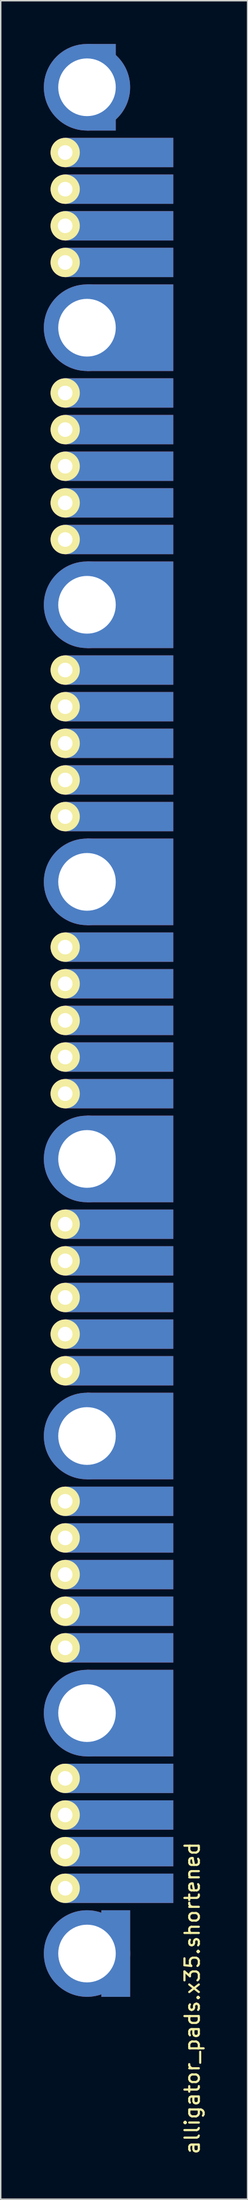
<source format=kicad_pcb>
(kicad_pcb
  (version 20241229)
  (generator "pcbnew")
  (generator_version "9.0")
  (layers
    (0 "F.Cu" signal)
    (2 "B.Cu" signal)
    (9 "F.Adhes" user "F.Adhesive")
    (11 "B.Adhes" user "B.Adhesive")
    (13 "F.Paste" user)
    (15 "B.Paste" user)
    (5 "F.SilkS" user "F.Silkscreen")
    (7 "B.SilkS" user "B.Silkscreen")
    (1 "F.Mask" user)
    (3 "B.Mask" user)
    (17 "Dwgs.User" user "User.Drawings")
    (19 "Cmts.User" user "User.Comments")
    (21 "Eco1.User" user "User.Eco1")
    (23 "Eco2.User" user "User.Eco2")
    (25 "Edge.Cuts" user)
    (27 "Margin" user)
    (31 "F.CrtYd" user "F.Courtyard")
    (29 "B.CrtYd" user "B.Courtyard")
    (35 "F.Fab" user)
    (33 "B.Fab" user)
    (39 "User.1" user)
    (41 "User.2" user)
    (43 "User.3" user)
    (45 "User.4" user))
  (footprint "alligator_pads.x35.shortened"
    (layer "F.Cu")
    (at 4.5 67.668)
    (property "Reference" "alligator_pads.x35.shortened" (at 5.822 67.804 90) (layer "F.SilkS") (effects (font (size 1 1) (thickness 0.15))))
    (attr through_hole)
    (pad "1" thru_hole circle (at -3.016 -60.144) (size 2.032 2.032) (drill 1.016) (layers "*.Cu" "*.Mask" "F.SilkS"))
    (pad "1" thru_hole circle (at -1.5 -64.668) (size 6 6) (drill 4) (layers "*.Cu" "*.Mask"))
    (pad "1" smd rect (at -0.5 -64.668) (size 2 6) (layers "F.Cu" "F.Mask" "F.Paste"))
    (pad "1" smd rect (at -0.5 -64.668) (size 2 6) (layers "F.Mask" "B.Cu" "F.Paste"))
    (pad "1" smd rect (at 0.742 -60.144) (size 7.516 2.032) (layers "F.Cu" "F.Mask" "F.Paste"))
    (pad "1" smd rect (at 0.742 -60.144) (size 7.516 2.032) (layers "F.Mask" "B.Cu" "F.Paste"))
    (pad "2" thru_hole circle (at -3.016 -57.604) (size 2.032 2.032) (drill 1.016) (layers "*.Cu" "*.Mask" "F.SilkS"))
    (pad "2" smd rect (at 0.742 -57.604) (size 7.516 2.032) (layers "F.Cu" "F.Mask" "F.Paste"))
    (pad "2" smd rect (at 0.742 -57.604) (size 7.516 2.032) (layers "F.Mask" "B.Cu" "F.Paste"))
    (pad "3" thru_hole circle (at -3.016 -55.064) (size 2.032 2.032) (drill 1.016) (layers "*.Cu" "*.Mask" "F.SilkS"))
    (pad "3" smd rect (at 0.742 -55.064) (size 7.516 2.032) (layers "F.Cu" "F.Mask" "F.Paste"))
    (pad "3" smd rect (at 0.742 -55.064) (size 7.516 2.032) (layers "F.Mask" "B.Cu" "F.Paste"))
    (pad "4" thru_hole circle (at -3.016 -52.524) (size 2.032 2.032) (drill 1.016) (layers "*.Cu" "*.Mask" "F.SilkS"))
    (pad "4" thru_hole circle (at -3.016 -43.476) (size 2.032 2.032) (drill 1.016) (layers "*.Cu" "*.Mask" "F.SilkS"))
    (pad "4" thru_hole circle (at -1.5 -48) (size 6 6) (drill 4) (layers "*.Cu" "*.Mask"))
    (pad "4" smd rect (at 0.742 -52.524) (size 7.516 2.032) (layers "F.Cu" "F.Mask" "F.Paste"))
    (pad "4" smd rect (at 0.742 -52.524) (size 7.516 2.032) (layers "F.Mask" "B.Cu" "F.Paste"))
    (pad "4" smd rect (at 0.742 -43.476) (size 7.516 2.032) (layers "F.Cu" "F.Mask" "F.Paste"))
    (pad "4" smd rect (at 0.742 -43.476) (size 7.516 2.032) (layers "F.Mask" "B.Cu" "F.Paste"))
    (pad "4" smd rect (at 1.5 -48) (size 6 6) (layers "F.Cu" "F.Mask" "F.Paste"))
    (pad "4" smd rect (at 1.5 -48) (size 6 6) (layers "F.Mask" "B.Cu" "F.Paste"))
    (pad "5" thru_hole circle (at -3.016 -40.936) (size 2.032 2.032) (drill 1.016) (layers "*.Cu" "*.Mask" "F.SilkS"))
    (pad "5" smd rect (at 0.742 -40.936) (size 7.516 2.032) (layers "F.Cu" "F.Mask" "F.Paste"))
    (pad "5" smd rect (at 0.742 -40.936) (size 7.516 2.032) (layers "F.Mask" "B.Cu" "F.Paste"))
    (pad "6" thru_hole circle (at -3.016 -38.396) (size 2.032 2.032) (drill 1.016) (layers "*.Cu" "*.Mask" "F.SilkS"))
    (pad "6" smd rect (at 0.742 -38.396) (size 7.516 2.032) (layers "F.Cu" "F.Mask" "F.Paste"))
    (pad "6" smd rect (at 0.742 -38.396) (size 7.516 2.032) (layers "F.Mask" "B.Cu" "F.Paste"))
    (pad "7" thru_hole circle (at -3.016 -35.856) (size 2.032 2.032) (drill 1.016) (layers "*.Cu" "*.Mask" "F.SilkS"))
    (pad "7" smd rect (at 0.742 -35.856) (size 7.516 2.032) (layers "F.Cu" "F.Mask" "F.Paste"))
    (pad "7" smd rect (at 0.742 -35.856) (size 7.516 2.032) (layers "F.Mask" "B.Cu" "F.Paste"))
    (pad "8" thru_hole circle (at -3.016 -33.316) (size 2.032 2.032) (drill 1.016) (layers "*.Cu" "*.Mask" "F.SilkS"))
    (pad "8" thru_hole circle (at -3.016 -24.268) (size 2.032 2.032) (drill 1.016) (layers "*.Cu" "*.Mask" "F.SilkS"))
    (pad "8" thru_hole circle (at -1.5 -28.792) (size 6 6) (drill 4) (layers "*.Cu" "*.Mask"))
    (pad "8" smd rect (at 0.742 -33.316) (size 7.516 2.032) (layers "F.Cu" "F.Mask" "F.Paste"))
    (pad "8" smd rect (at 0.742 -33.316) (size 7.516 2.032) (layers "F.Mask" "B.Cu" "F.Paste"))
    (pad "8" smd rect (at 0.742 -24.268) (size 7.516 2.032) (layers "F.Cu" "F.Mask" "F.Paste"))
    (pad "8" smd rect (at 0.742 -24.268) (size 7.516 2.032) (layers "F.Mask" "B.Cu" "F.Paste"))
    (pad "8" smd rect (at 1.5 -28.792) (size 6 6) (layers "F.Cu" "F.Mask" "F.Paste"))
    (pad "8" smd rect (at 1.5 -28.792) (size 6 6) (layers "F.Mask" "B.Cu" "F.Paste"))
    (pad "9" thru_hole circle (at -3.016 -21.728) (size 2.032 2.032) (drill 1.016) (layers "*.Cu" "*.Mask" "F.SilkS"))
    (pad "9" smd rect (at 0.742 -21.728) (size 7.516 2.032) (layers "F.Cu" "F.Mask" "F.Paste"))
    (pad "9" smd rect (at 0.742 -21.728) (size 7.516 2.032) (layers "F.Mask" "B.Cu" "F.Paste"))
    (pad "10" thru_hole circle (at -3.016 -19.188) (size 2.032 2.032) (drill 1.016) (layers "*.Cu" "*.Mask" "F.SilkS"))
    (pad "10" smd rect (at 0.742 -19.188) (size 7.516 2.032) (layers "F.Cu" "F.Mask" "F.Paste"))
    (pad "10" smd rect (at 0.742 -19.188) (size 7.516 2.032) (layers "F.Mask" "B.Cu" "F.Paste"))
    (pad "11" thru_hole circle (at -3.016 -16.648) (size 2.032 2.032) (drill 1.016) (layers "*.Cu" "*.Mask" "F.SilkS"))
    (pad "11" smd rect (at 0.742 -16.648) (size 7.516 2.032) (layers "F.Cu" "F.Mask" "F.Paste"))
    (pad "11" smd rect (at 0.742 -16.648) (size 7.516 2.032) (layers "F.Mask" "B.Cu" "F.Paste"))
    (pad "12" thru_hole circle (at -3.016 -14.108) (size 2.032 2.032) (drill 1.016) (layers "*.Cu" "*.Mask" "F.SilkS"))
    (pad "12" smd rect (at 0.742 -14.108) (size 7.516 2.032) (layers "F.Cu" "F.Mask" "F.Paste"))
    (pad "12" smd rect (at 0.742 -14.108) (size 7.516 2.032) (layers "F.Mask" "B.Cu" "F.Paste"))
    (pad "13" thru_hole circle (at -1.5 -9.584) (size 6 6) (drill 4) (layers "*.Cu" "*.Mask"))
    (pad "13" smd rect (at 1.5 -9.584) (size 6 6) (layers "F.Cu" "F.Mask" "F.Paste"))
    (pad "13" smd rect (at 1.5 -9.584) (size 6 6) (layers "F.Mask" "B.Cu" "F.Paste"))
    (pad "14" thru_hole circle (at -3.016 -5.06) (size 2.032 2.032) (drill 1.016) (layers "*.Cu" "*.Mask" "F.SilkS"))
    (pad "14" smd rect (at 0.742 -5.06) (size 7.516 2.032) (layers "F.Cu" "F.Mask" "F.Paste"))
    (pad "14" smd rect (at 0.742 -5.06) (size 7.516 2.032) (layers "F.Mask" "B.Cu" "F.Paste"))
    (pad "15" thru_hole circle (at -3.016 -2.52) (size 2.032 2.032) (drill 1.016) (layers "*.Cu" "*.Mask" "F.SilkS"))
    (pad "15" smd rect (at 0.742 -2.52) (size 7.516 2.032) (layers "F.Cu" "F.Mask" "F.Paste"))
    (pad "15" smd rect (at 0.742 -2.52) (size 7.516 2.032) (layers "F.Mask" "B.Cu" "F.Paste"))
    (pad "16" thru_hole circle (at -3.016 0.02) (size 2.032 2.032) (drill 1.016) (layers "*.Cu" "*.Mask" "F.SilkS"))
    (pad "16" smd rect (at 0.742 0.02) (size 7.516 2.032) (layers "F.Cu" "F.Mask" "F.Paste"))
    (pad "16" smd rect (at 0.742 0.02) (size 7.516 2.032) (layers "F.Mask" "B.Cu" "F.Paste"))
    (pad "17" thru_hole circle (at -3.016 2.56) (size 2.032 2.032) (drill 1.016) (layers "*.Cu" "*.Mask" "F.SilkS"))
    (pad "17" smd rect (at 0.742 2.56) (size 7.516 2.032) (layers "F.Cu" "F.Mask" "F.Paste"))
    (pad "17" smd rect (at 0.742 2.56) (size 7.516 2.032) (layers "F.Mask" "B.Cu" "F.Paste"))
    (pad "18" thru_hole circle (at -3.016 5.1) (size 2.032 2.032) (drill 1.016) (layers "*.Cu" "*.Mask" "F.SilkS"))
    (pad "18" smd rect (at 0.742 5.1) (size 7.516 2.032) (layers "F.Cu" "F.Mask" "F.Paste"))
    (pad "18" smd rect (at 0.742 5.1) (size 7.516 2.032) (layers "F.Mask" "B.Cu" "F.Paste"))
    (pad "19" thru_hole circle (at -1.5 9.624) (size 6 6) (drill 4) (layers "*.Cu" "*.Mask"))
    (pad "19" smd rect (at 1.5 9.624) (size 6 6) (layers "F.Cu" "F.Mask" "F.Paste"))
    (pad "19" smd rect (at 1.5 9.624) (size 6 6) (layers "F.Mask" "B.Cu" "F.Paste"))
    (pad "20" thru_hole circle (at -3.016 14.148) (size 2.032 2.032) (drill 1.016) (layers "*.Cu" "*.Mask" "F.SilkS"))
    (pad "20" smd rect (at 0.742 14.148) (size 7.516 2.032) (layers "F.Cu" "F.Mask" "F.Paste"))
    (pad "20" smd rect (at 0.742 14.148) (size 7.516 2.032) (layers "F.Mask" "B.Cu" "F.Paste"))
    (pad "21" thru_hole circle (at -3.016 16.688) (size 2.032 2.032) (drill 1.016) (layers "*.Cu" "*.Mask" "F.SilkS"))
    (pad "21" smd rect (at 0.742 16.688) (size 7.516 2.032) (layers "F.Cu" "F.Mask" "F.Paste"))
    (pad "21" smd rect (at 0.742 16.688) (size 7.516 2.032) (layers "F.Mask" "B.Cu" "F.Paste"))
    (pad "22" thru_hole circle (at -3.016 19.228) (size 2.032 2.032) (drill 1.016) (layers "*.Cu" "*.Mask" "F.SilkS"))
    (pad "22" smd rect (at 0.742 19.228) (size 7.516 2.032) (layers "F.Cu" "F.Mask" "F.Paste"))
    (pad "22" smd rect (at 0.742 19.228) (size 7.516 2.032) (layers "F.Mask" "B.Cu" "F.Paste"))
    (pad "23" thru_hole circle (at -3.016 21.768) (size 2.032 2.032) (drill 1.016) (layers "*.Cu" "*.Mask" "F.SilkS"))
    (pad "23" smd rect (at 0.742 21.768) (size 7.516 2.032) (layers "F.Cu" "F.Mask" "F.Paste"))
    (pad "23" smd rect (at 0.742 21.768) (size 7.516 2.032) (layers "F.Mask" "B.Cu" "F.Paste"))
    (pad "24" thru_hole circle (at -3.016 24.308) (size 2.032 2.032) (drill 1.016) (layers "*.Cu" "*.Mask" "F.SilkS"))
    (pad "24" smd rect (at 0.742 24.308) (size 7.516 2.032) (layers "F.Cu" "F.Mask" "F.Paste"))
    (pad "24" smd rect (at 0.742 24.308) (size 7.516 2.032) (layers "F.Mask" "B.Cu" "F.Paste"))
    (pad "25" thru_hole circle (at -1.5 28.832) (size 6 6) (drill 4) (layers "*.Cu" "*.Mask"))
    (pad "25" smd rect (at 1.5 28.832) (size 6 6) (layers "F.Cu" "F.Mask" "F.Paste"))
    (pad "25" smd rect (at 1.5 28.832) (size 6 6) (layers "F.Mask" "B.Cu" "F.Paste"))
    (pad "26" thru_hole circle (at -3.016 33.356) (size 2.032 2.032) (drill 1.016) (layers "*.Cu" "*.Mask" "F.SilkS"))
    (pad "26" smd rect (at 0.742 33.356) (size 7.516 2.032) (layers "F.Cu" "F.Mask" "F.Paste"))
    (pad "26" smd rect (at 0.742 33.356) (size 7.516 2.032) (layers "F.Mask" "B.Cu" "F.Paste"))
    (pad "27" thru_hole circle (at -3.016 35.896) (size 2.032 2.032) (drill 1.016) (layers "*.Cu" "*.Mask" "F.SilkS"))
    (pad "27" smd rect (at 0.742 35.896) (size 7.516 2.032) (layers "F.Cu" "F.Mask" "F.Paste"))
    (pad "27" smd rect (at 0.742 35.896) (size 7.516 2.032) (layers "F.Mask" "B.Cu" "F.Paste"))
    (pad "28" thru_hole circle (at -3.016 38.436) (size 2.032 2.032) (drill 1.016) (layers "*.Cu" "*.Mask" "F.SilkS"))
    (pad "28" smd rect (at 0.742 38.436) (size 7.516 2.032) (layers "F.Cu" "F.Mask" "F.Paste"))
    (pad "28" smd rect (at 0.742 38.436) (size 7.516 2.032) (layers "F.Mask" "B.Cu" "F.Paste"))
    (pad "29" thru_hole circle (at -3.016 40.976) (size 2.032 2.032) (drill 1.016) (layers "*.Cu" "*.Mask" "F.SilkS"))
    (pad "29" smd rect (at 0.742 40.976) (size 7.516 2.032) (layers "F.Cu" "F.Mask" "F.Paste"))
    (pad "29" smd rect (at 0.742 40.976) (size 7.516 2.032) (layers "F.Mask" "B.Cu" "F.Paste"))
    (pad "30" thru_hole circle (at -3.016 43.516) (size 2.032 2.032) (drill 1.016) (layers "*.Cu" "*.Mask" "F.SilkS"))
    (pad "30" smd rect (at 0.742 43.516) (size 7.516 2.032) (layers "F.Cu" "F.Mask" "F.Paste"))
    (pad "30" smd rect (at 0.742 43.516) (size 7.516 2.032) (layers "F.Mask" "B.Cu" "F.Paste"))
    (pad "31" thru_hole circle (at -1.5 48.04) (size 6 6) (drill 4) (layers "*.Cu" "*.Mask"))
    (pad "31" smd rect (at 1.5 48.04) (size 6 6) (layers "F.Cu" "F.Mask" "F.Paste"))
    (pad "31" smd rect (at 1.5 48.04) (size 6 6) (layers "F.Mask" "B.Cu" "F.Paste"))
    (pad "32" thru_hole circle (at -3.016 52.564) (size 2.032 2.032) (drill 1.016) (layers "*.Cu" "*.Mask" "F.SilkS"))
    (pad "32" smd rect (at 0.742 52.564) (size 7.516 2.032) (layers "F.Cu" "F.Mask" "F.Paste"))
    (pad "32" smd rect (at 0.742 52.564) (size 7.516 2.032) (layers "F.Mask" "B.Cu" "F.Paste"))
    (pad "33" thru_hole circle (at -3.016 55.104) (size 2.032 2.032) (drill 1.016) (layers "*.Cu" "*.Mask" "F.SilkS"))
    (pad "33" smd rect (at 0.742 55.104) (size 7.516 2.032) (layers "F.Cu" "F.Mask" "F.Paste"))
    (pad "33" smd rect (at 0.742 55.104) (size 7.516 2.032) (layers "F.Mask" "B.Cu" "F.Paste"))
    (pad "34" thru_hole circle (at -3.016 57.644) (size 2.032 2.032) (drill 1.016) (layers "*.Cu" "*.Mask" "F.SilkS"))
    (pad "34" smd rect (at 0.742 57.644) (size 7.516 2.032) (layers "F.Cu" "F.Mask" "F.Paste"))
    (pad "34" smd rect (at 0.742 57.644) (size 7.516 2.032) (layers "F.Mask" "B.Cu" "F.Paste"))
    (pad "35" thru_hole circle (at -3.016 60.184) (size 2.032 2.032) (drill 1.016) (layers "*.Cu" "*.Mask" "F.SilkS"))
    (pad "35" thru_hole circle (at -1.5 64.708) (size 6 6) (drill 4) (layers "*.Cu" "*.Mask"))
    (pad "35" smd rect (at 0.5 64.708) (size 2 6) (layers "F.Cu" "F.Mask" "F.Paste"))
    (pad "35" smd rect (at 0.5 64.708) (size 2 6) (layers "F.Mask" "B.Cu" "F.Paste"))
    (pad "35" smd rect (at 0.742 60.184) (size 7.516 2.032) (layers "F.Cu" "F.Mask" "F.Paste"))
    (pad "35" smd rect (at 0.742 60.184) (size 7.516 2.032) (layers "F.Mask" "B.Cu" "F.Paste")))
  (gr_rect
    (start -3 -3)
    (end 14.17 149.407)
    (stroke (width 0.1) (type default))
    (fill no)
    (layer "Edge.Cuts")))
</source>
